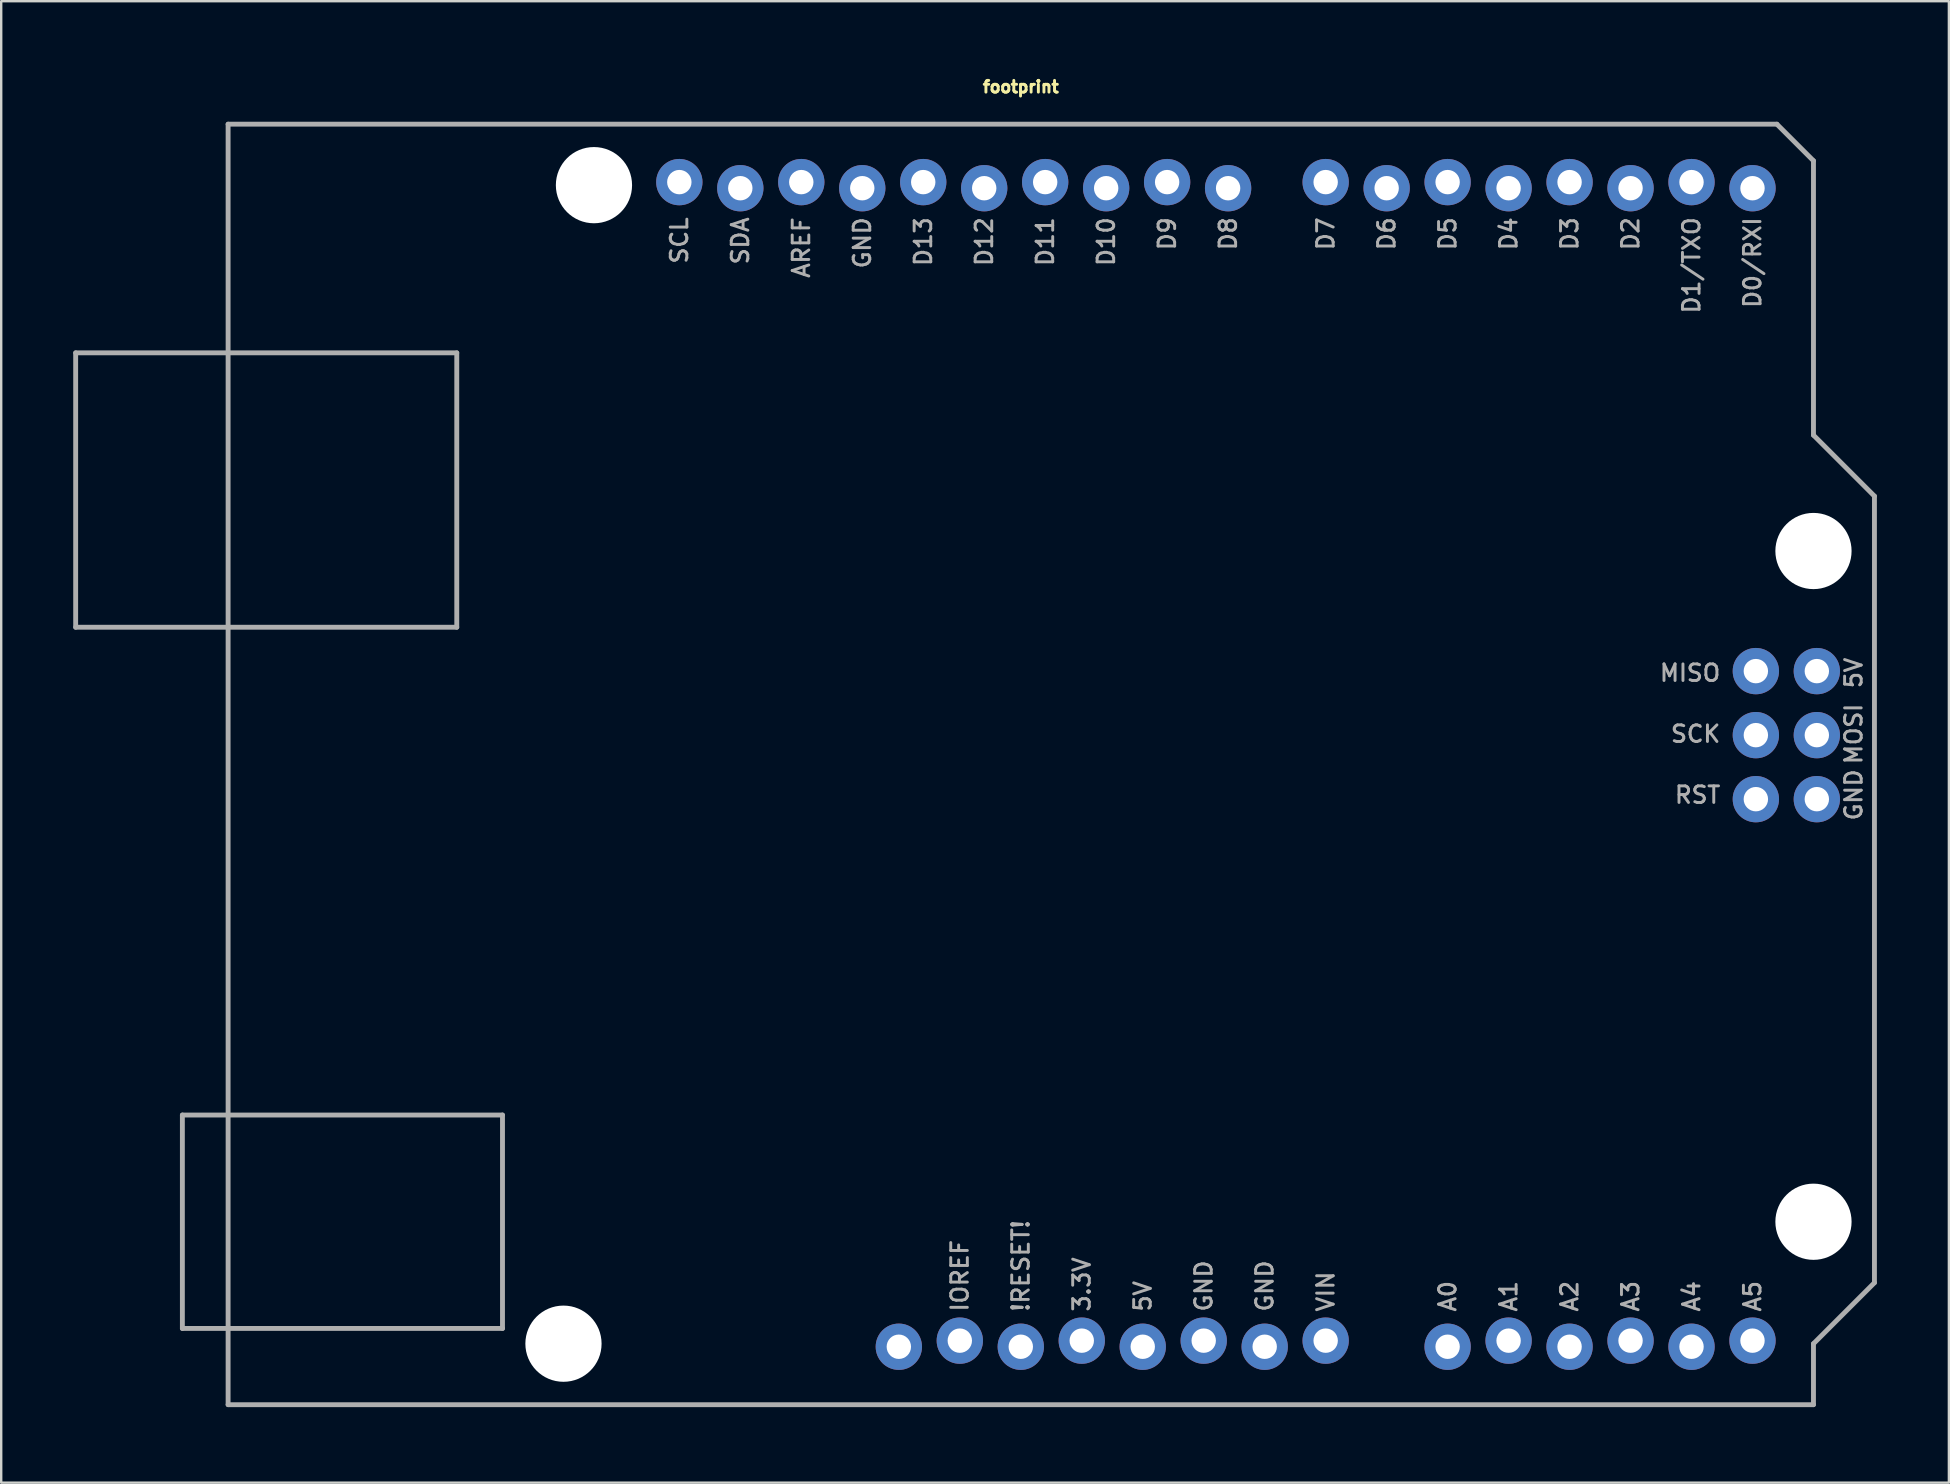
<source format=kicad_pcb>
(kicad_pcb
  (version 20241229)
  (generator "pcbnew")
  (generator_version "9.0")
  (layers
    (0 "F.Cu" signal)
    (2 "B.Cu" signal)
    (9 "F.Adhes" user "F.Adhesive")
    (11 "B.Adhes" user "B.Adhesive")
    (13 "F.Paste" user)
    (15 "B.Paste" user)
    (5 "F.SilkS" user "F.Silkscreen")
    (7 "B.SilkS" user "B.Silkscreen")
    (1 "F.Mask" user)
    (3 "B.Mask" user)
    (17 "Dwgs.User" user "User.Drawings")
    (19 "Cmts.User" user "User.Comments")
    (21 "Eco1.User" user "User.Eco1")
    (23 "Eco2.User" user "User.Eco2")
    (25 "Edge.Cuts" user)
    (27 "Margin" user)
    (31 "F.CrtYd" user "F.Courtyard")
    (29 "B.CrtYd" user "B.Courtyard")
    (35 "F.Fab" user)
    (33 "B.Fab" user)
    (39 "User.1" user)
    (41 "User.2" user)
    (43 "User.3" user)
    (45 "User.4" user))
  (footprint "footprint"
    (layer "F.Cu")
    (at 6.452 55.463)
    (property "Reference" "footprint" (at 33.02 -54.61 0) (layer "F.SilkS") (effects (font (size 0.488 0.488) (thickness 0.122)) (justify bottom)))
    (fp_line (start -6.35 -43.815) (end 9.525 -43.815) (stroke (width 0.203) (type solid)) (layer "F.Fab"))
    (fp_line (start -6.35 -32.385) (end -6.35 -43.815) (stroke (width 0.203) (type solid)) (layer "F.Fab"))
    (fp_line (start -1.905 -12.065) (end 11.43 -12.065) (stroke (width 0.203) (type solid)) (layer "F.Fab"))
    (fp_line (start -1.905 -3.175) (end -1.905 -12.065) (stroke (width 0.203) (type solid)) (layer "F.Fab"))
    (fp_line (start 0 -53.34) (end 64.516 -53.34) (stroke (width 0.203) (type solid)) (layer "F.Fab"))
    (fp_line (start 0 0) (end 0 -53.34) (stroke (width 0.203) (type solid)) (layer "F.Fab"))
    (fp_line (start 9.525 -43.815) (end 9.525 -32.385) (stroke (width 0.203) (type solid)) (layer "F.Fab"))
    (fp_line (start 9.525 -32.385) (end -6.35 -32.385) (stroke (width 0.203) (type solid)) (layer "F.Fab"))
    (fp_line (start 11.43 -12.065) (end 11.43 -3.175) (stroke (width 0.203) (type solid)) (layer "F.Fab"))
    (fp_line (start 11.43 -3.175) (end -1.905 -3.175) (stroke (width 0.203) (type solid)) (layer "F.Fab"))
    (fp_line (start 64.516 -53.34) (end 66.04 -51.816) (stroke (width 0.203) (type solid)) (layer "F.Fab"))
    (fp_line (start 66.04 -51.816) (end 66.04 -40.386) (stroke (width 0.203) (type solid)) (layer "F.Fab"))
    (fp_line (start 66.04 -40.386) (end 68.58 -37.846) (stroke (width 0.203) (type solid)) (layer "F.Fab"))
    (fp_line (start 66.04 -2.54) (end 66.04 0) (stroke (width 0.203) (type solid)) (layer "F.Fab"))
    (fp_line (start 66.04 0) (end 0 0) (stroke (width 0.203) (type solid)) (layer "F.Fab"))
    (fp_line (start 68.58 -37.846) (end 68.58 -5.08) (stroke (width 0.203) (type solid)) (layer "F.Fab"))
    (fp_line (start 68.58 -5.08) (end 66.04 -2.54) (stroke (width 0.203) (type solid)) (layer "F.Fab"))
    (fp_text user "A3" (at 58.42 -3.81 90) (layer "F.Fab") (effects (font (size 0.691 0.691) (thickness 0.122)) (justify left)))
    (fp_text user "RST" (at 62.23 -25.4 0) (layer "F.Fab") (effects (font (size 0.691 0.691) (thickness 0.122)) (justify right)))
    (fp_text user "D8" (at 41.656 -49.53 90) (layer "F.Fab") (effects (font (size 0.691 0.691) (thickness 0.122)) (justify right)))
    (fp_text user "SDA" (at 21.336 -49.53 90) (layer "F.Fab") (effects (font (size 0.691 0.691) (thickness 0.122)) (justify right)))
    (fp_text user "D13" (at 28.956 -49.53 90) (layer "F.Fab") (effects (font (size 0.691 0.691) (thickness 0.122)) (justify right)))
    (fp_text user "3.3V" (at 35.56 -3.81 90) (layer "F.Fab") (effects (font (size 0.691 0.691) (thickness 0.122)) (justify left)))
    (fp_text user "D4" (at 53.34 -49.53 90) (layer "F.Fab") (effects (font (size 0.691 0.691) (thickness 0.122)) (justify right)))
    (fp_text user "5V" (at 67.31 -30.48 90) (layer "F.Fab") (effects (font (size 0.691 0.691) (thickness 0.122)) (justify top)))
    (fp_text user "AREF" (at 23.876 -49.53 90) (layer "F.Fab") (effects (font (size 0.691 0.691) (thickness 0.122)) (justify right)))
    (fp_text user "SCL" (at 18.796 -49.53 90) (layer "F.Fab") (effects (font (size 0.691 0.691) (thickness 0.122)) (justify right)))
    (fp_text user "D5" (at 50.8 -49.53 90) (layer "F.Fab") (effects (font (size 0.691 0.691) (thickness 0.122)) (justify right)))
    (fp_text user "A4" (at 60.96 -3.81 90) (layer "F.Fab") (effects (font (size 0.691 0.691) (thickness 0.122)) (justify left)))
    (fp_text user "GND" (at 40.64 -3.81 90) (layer "F.Fab") (effects (font (size 0.691 0.691) (thickness 0.122)) (justify left)))
    (fp_text user "SCK" (at 62.23 -27.94 0) (layer "F.Fab") (effects (font (size 0.691 0.691) (thickness 0.122)) (justify right)))
    (fp_text user "!RESET!" (at 33.02 -3.81 90) (layer "F.Fab") (effects (font (size 0.691 0.691) (thickness 0.122)) (justify left)))
    (fp_text user "D11" (at 34.036 -49.53 90) (layer "F.Fab") (effects (font (size 0.691 0.691) (thickness 0.122)) (justify right)))
    (fp_text user "A2" (at 55.88 -3.81 90) (layer "F.Fab") (effects (font (size 0.691 0.691) (thickness 0.122)) (justify left)))
    (fp_text user "D2" (at 58.42 -49.53 90) (layer "F.Fab") (effects (font (size 0.691 0.691) (thickness 0.122)) (justify right)))
    (fp_text user "5V" (at 38.1 -3.81 90) (layer "F.Fab") (effects (font (size 0.691 0.691) (thickness 0.122)) (justify left)))
    (fp_text user "D9" (at 39.116 -49.53 90) (layer "F.Fab") (effects (font (size 0.691 0.691) (thickness 0.122)) (justify right)))
    (fp_text user "D0/RXI" (at 63.5 -49.53 90) (layer "F.Fab") (effects (font (size 0.691 0.691) (thickness 0.122)) (justify right)))
    (fp_text user "A0" (at 50.8 -3.81 90) (layer "F.Fab") (effects (font (size 0.691 0.691) (thickness 0.122)) (justify left)))
    (fp_text user "IOREF" (at 30.48 -3.81 90) (layer "F.Fab") (effects (font (size 0.691 0.691) (thickness 0.122)) (justify left)))
    (fp_text user "GND" (at 43.18 -3.81 90) (layer "F.Fab") (effects (font (size 0.691 0.691) (thickness 0.122)) (justify left)))
    (fp_text user "A1" (at 53.34 -3.81 90) (layer "F.Fab") (effects (font (size 0.691 0.691) (thickness 0.122)) (justify left)))
    (fp_text user "VIN" (at 45.72 -3.81 90) (layer "F.Fab") (effects (font (size 0.691 0.691) (thickness 0.122)) (justify left)))
    (fp_text user "MOSI" (at 67.31 -27.94 90) (layer "F.Fab") (effects (font (size 0.691 0.691) (thickness 0.122)) (justify top)))
    (fp_text user "D1/TXO" (at 60.96 -49.53 90) (layer "F.Fab") (effects (font (size 0.691 0.691) (thickness 0.122)) (justify right)))
    (fp_text user "D10" (at 36.576 -49.53 90) (layer "F.Fab") (effects (font (size 0.691 0.691) (thickness 0.122)) (justify right)))
    (fp_text user "D12" (at 31.496 -49.53 90) (layer "F.Fab") (effects (font (size 0.691 0.691) (thickness 0.122)) (justify right)))
    (fp_text user "GND" (at 67.31 -25.4 90) (layer "F.Fab") (effects (font (size 0.691 0.691) (thickness 0.122)) (justify top)))
    (fp_text user "D7" (at 45.72 -49.53 90) (layer "F.Fab") (effects (font (size 0.691 0.691) (thickness 0.122)) (justify right)))
    (fp_text user "MISO" (at 62.23 -30.48 0) (layer "F.Fab") (effects (font (size 0.691 0.691) (thickness 0.122)) (justify right)))
    (fp_text user "A5" (at 63.5 -3.81 90) (layer "F.Fab") (effects (font (size 0.691 0.691) (thickness 0.122)) (justify left)))
    (fp_text user "D3" (at 55.88 -49.53 90) (layer "F.Fab") (effects (font (size 0.691 0.691) (thickness 0.122)) (justify right)))
    (fp_text user "GND" (at 26.416 -49.53 90) (layer "F.Fab") (effects (font (size 0.691 0.691) (thickness 0.122)) (justify right)))
    (fp_text user "D6" (at 48.26 -49.53 90) (layer "F.Fab") (effects (font (size 0.691 0.691) (thickness 0.122)) (justify right)))
    (pad "" np_thru_hole circle (at 13.97 -2.54) (size 3.175 3.175) (drill 3.175) (layers "*.Cu" "*.Mask"))
    (pad "" np_thru_hole circle (at 15.24 -50.8) (size 3.175 3.175) (drill 3.175) (layers "*.Cu" "*.Mask"))
    (pad "" np_thru_hole circle (at 66.04 -35.56) (size 3.175 3.175) (drill 3.175) (layers "*.Cu" "*.Mask"))
    (pad "" np_thru_hole circle (at 66.04 -7.62) (size 3.175 3.175) (drill 3.175) (layers "*.Cu" "*.Mask"))
    (pad "3.3V" thru_hole circle (at 35.56 -2.667) (size 1.93 1.93) (drill 1.016) (layers "*.Cu" "*.Mask"))
    (pad "5V" thru_hole circle (at 38.1 -2.413) (size 1.93 1.93) (drill 1.016) (layers "*.Cu" "*.Mask"))
    (pad "A0" thru_hole circle (at 50.8 -2.413) (size 1.93 1.93) (drill 1.016) (layers "*.Cu" "*.Mask"))
    (pad "A1" thru_hole circle (at 53.34 -2.667) (size 1.93 1.93) (drill 1.016) (layers "*.Cu" "*.Mask"))
    (pad "A2" thru_hole circle (at 55.88 -2.413) (size 1.93 1.93) (drill 1.016) (layers "*.Cu" "*.Mask"))
    (pad "A3" thru_hole circle (at 58.42 -2.667) (size 1.93 1.93) (drill 1.016) (layers "*.Cu" "*.Mask"))
    (pad "A4" thru_hole circle (at 60.96 -2.413) (size 1.93 1.93) (drill 1.016) (layers "*.Cu" "*.Mask"))
    (pad "A5" thru_hole circle (at 63.5 -2.667) (size 1.93 1.93) (drill 1.016) (layers "*.Cu" "*.Mask"))
    (pad "AREF" thru_hole circle (at 23.876 -50.927) (size 1.93 1.93) (drill 1.016) (layers "*.Cu" "*.Mask"))
    (pad "D0" thru_hole circle (at 63.5 -50.673) (size 1.93 1.93) (drill 1.016) (layers "*.Cu" "*.Mask"))
    (pad "D1" thru_hole circle (at 60.96 -50.927) (size 1.93 1.93) (drill 1.016) (layers "*.Cu" "*.Mask"))
    (pad "D2" thru_hole circle (at 58.42 -50.673) (size 1.93 1.93) (drill 1.016) (layers "*.Cu" "*.Mask"))
    (pad "D3" thru_hole circle (at 55.88 -50.927) (size 1.93 1.93) (drill 1.016) (layers "*.Cu" "*.Mask"))
    (pad "D4" thru_hole circle (at 53.34 -50.673) (size 1.93 1.93) (drill 1.016) (layers "*.Cu" "*.Mask"))
    (pad "D5" thru_hole circle (at 50.8 -50.927) (size 1.93 1.93) (drill 1.016) (layers "*.Cu" "*.Mask"))
    (pad "D6" thru_hole circle (at 48.26 -50.673) (size 1.93 1.93) (drill 1.016) (layers "*.Cu" "*.Mask"))
    (pad "D7" thru_hole circle (at 45.72 -50.927) (size 1.93 1.93) (drill 1.016) (layers "*.Cu" "*.Mask"))
    (pad "D8" thru_hole circle (at 41.656 -50.673) (size 1.93 1.93) (drill 1.016) (layers "*.Cu" "*.Mask"))
    (pad "D9" thru_hole circle (at 39.116 -50.927) (size 1.93 1.93) (drill 1.016) (layers "*.Cu" "*.Mask"))
    (pad "D10" thru_hole circle (at 36.576 -50.673) (size 1.93 1.93) (drill 1.016) (layers "*.Cu" "*.Mask"))
    (pad "D11" thru_hole circle (at 34.036 -50.927) (size 1.93 1.93) (drill 1.016) (layers "*.Cu" "*.Mask"))
    (pad "D12" thru_hole circle (at 31.496 -50.673) (size 1.93 1.93) (drill 1.016) (layers "*.Cu" "*.Mask"))
    (pad "D13" thru_hole circle (at 28.956 -50.927) (size 1.93 1.93) (drill 1.016) (layers "*.Cu" "*.Mask"))
    (pad "GND@1" thru_hole circle (at 40.64 -2.667) (size 1.93 1.93) (drill 1.016) (layers "*.Cu" "*.Mask"))
    (pad "GND@2" thru_hole circle (at 43.18 -2.413) (size 1.93 1.93) (drill 1.016) (layers "*.Cu" "*.Mask"))
    (pad "GND@3" thru_hole circle (at 26.416 -50.673) (size 1.93 1.93) (drill 1.016) (layers "*.Cu" "*.Mask"))
    (pad "GND@4" thru_hole circle (at 66.18 -25.223) (size 1.93 1.93) (drill 1.016) (layers "*.Cu" "*.Mask"))
    (pad "IOREF" thru_hole circle (at 30.48 -2.667) (size 1.93 1.93) (drill 1.016) (layers "*.Cu" "*.Mask"))
    (pad "MISO" thru_hole circle (at 63.64 -30.557) (size 1.93 1.93) (drill 1.016) (layers "*.Cu" "*.Mask"))
    (pad "MOSI" thru_hole circle (at 66.18 -27.89) (size 1.93 1.93) (drill 1.016) (layers "*.Cu" "*.Mask"))
    (pad "NC" thru_hole circle (at 27.94 -2.413) (size 1.93 1.93) (drill 1.016) (layers "*.Cu" "*.Mask"))
    (pad "RESET@1" thru_hole circle (at 33.02 -2.413) (size 1.93 1.93) (drill 1.016) (layers "*.Cu" "*.Mask"))
    (pad "RESET@2" thru_hole circle (at 63.64 -25.223) (size 1.93 1.93) (drill 1.016) (layers "*.Cu" "*.Mask"))
    (pad "SCK" thru_hole circle (at 63.64 -27.89) (size 1.93 1.93) (drill 1.016) (layers "*.Cu" "*.Mask"))
    (pad "SCL" thru_hole circle (at 18.796 -50.927) (size 1.93 1.93) (drill 1.016) (layers "*.Cu" "*.Mask"))
    (pad "SDA" thru_hole circle (at 21.336 -50.673) (size 1.93 1.93) (drill 1.016) (layers "*.Cu" "*.Mask"))
    (pad "VCC" thru_hole circle (at 66.18 -30.557) (size 1.93 1.93) (drill 1.016) (layers "*.Cu" "*.Mask"))
    (pad "VIN" thru_hole circle (at 45.72 -2.667) (size 1.93 1.93) (drill 1.016) (layers "*.Cu" "*.Mask")))
  (gr_rect
    (start -3 -3)
    (end 78.133 58.713)
    (stroke (width 0.1) (type default))
    (fill no)
    (layer "Edge.Cuts")))
</source>
